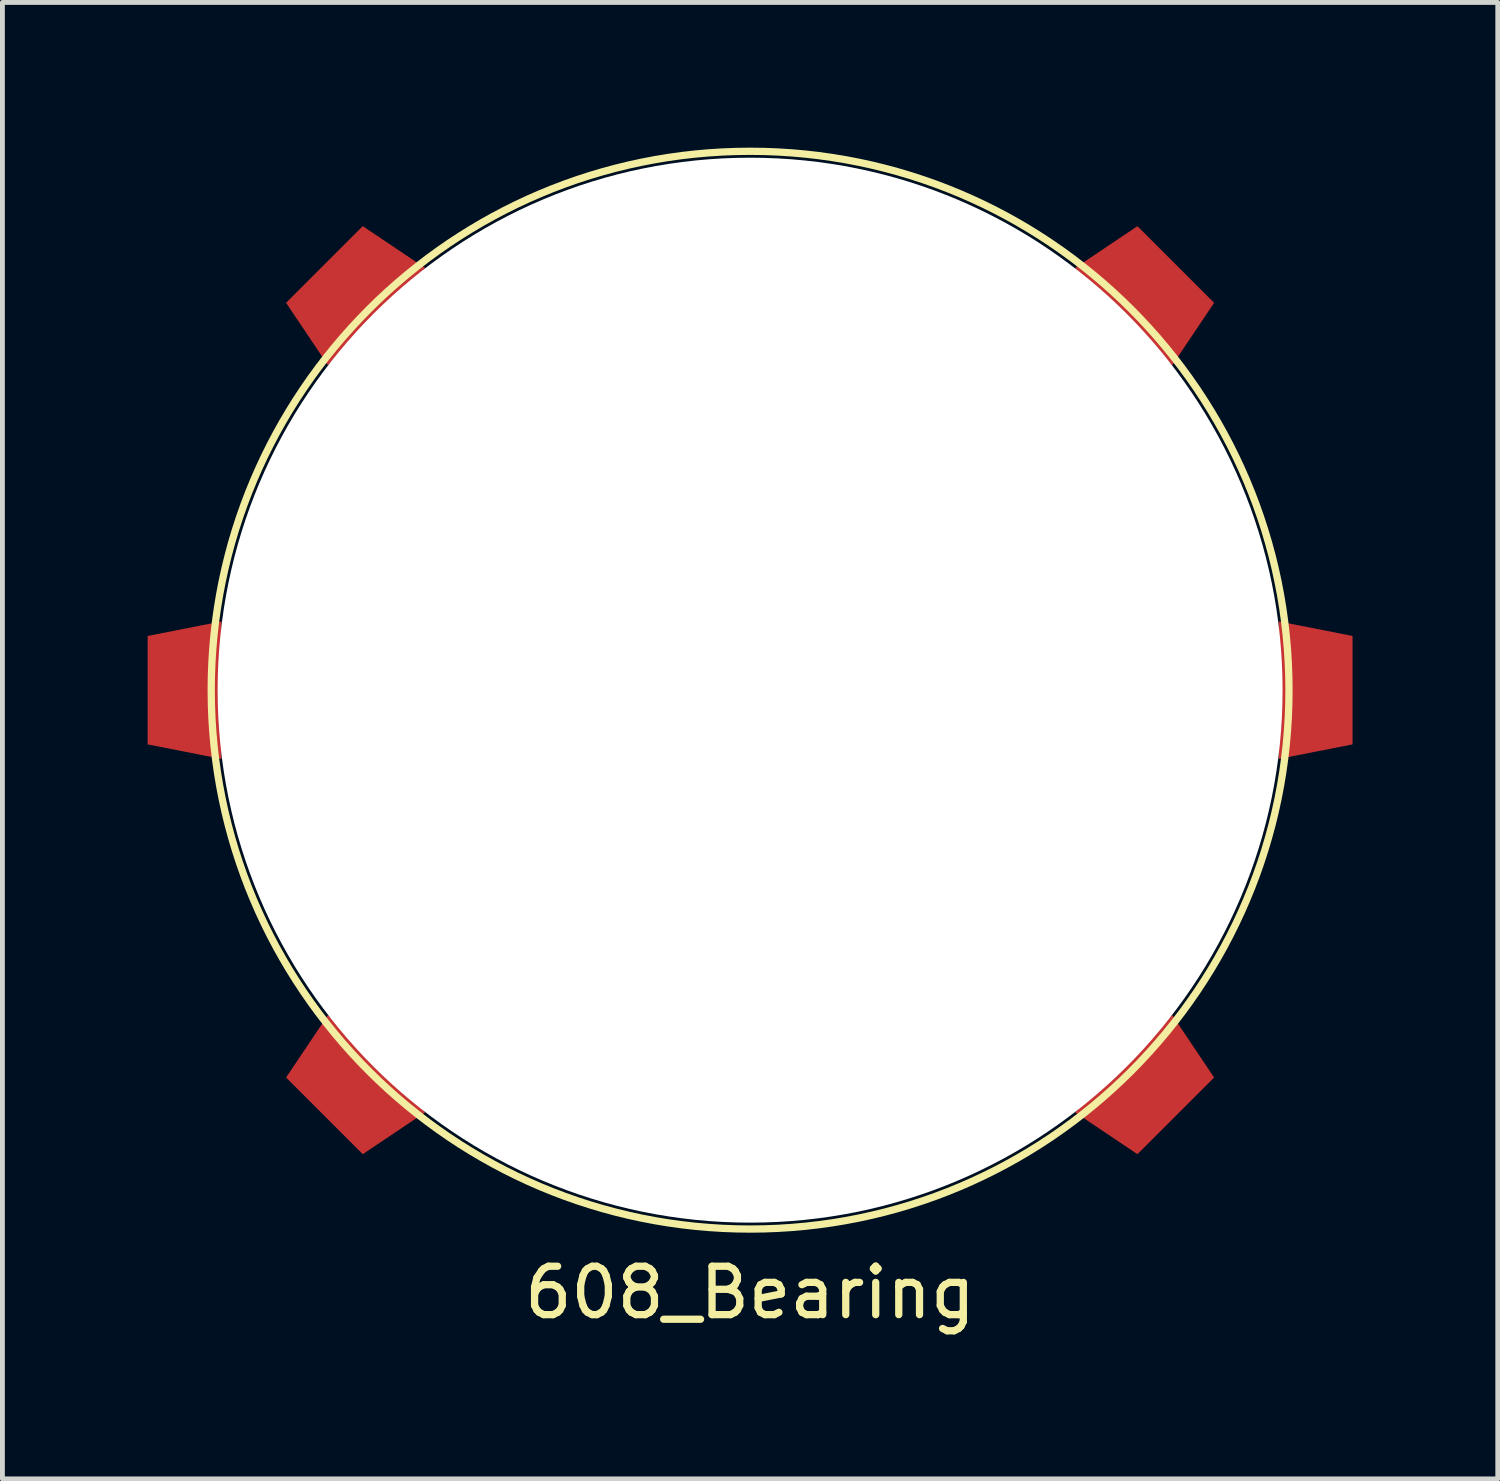
<source format=kicad_pcb>
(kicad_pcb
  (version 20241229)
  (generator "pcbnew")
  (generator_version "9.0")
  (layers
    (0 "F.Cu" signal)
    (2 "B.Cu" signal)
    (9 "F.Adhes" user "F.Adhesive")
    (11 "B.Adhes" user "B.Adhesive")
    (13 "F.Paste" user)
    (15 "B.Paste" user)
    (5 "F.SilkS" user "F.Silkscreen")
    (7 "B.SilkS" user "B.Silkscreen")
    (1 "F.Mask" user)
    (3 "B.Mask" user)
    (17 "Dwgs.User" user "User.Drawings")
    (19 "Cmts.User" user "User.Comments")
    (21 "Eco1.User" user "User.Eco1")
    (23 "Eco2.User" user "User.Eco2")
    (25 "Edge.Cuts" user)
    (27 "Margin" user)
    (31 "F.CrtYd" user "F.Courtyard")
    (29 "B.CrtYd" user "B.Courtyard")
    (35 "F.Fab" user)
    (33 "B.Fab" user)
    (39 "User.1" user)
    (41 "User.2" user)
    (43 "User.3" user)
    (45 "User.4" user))
  (footprint "608_Bearing"
    (layer "F.Cu")
    (at 12.446 11.208)
    (property "Reference" "608_Bearing" (at 0 12.446 0) (layer "F.SilkS") (effects (font (size 1 1) (thickness 0.15))))
    (attr through_hole)
    (fp_circle (center 0 0) (end 5.08 9.906) (stroke (width 0.15) (type solid)) (fill no) (layer "F.SilkS"))
    (pad "" np_thru_hole circle (at 0 0) (size 22 22) (drill 22) (layers "*.Cu" "*.Mask"))
    (pad "~" smd trapezoid (at -11.684 0 180) (size 1.524 2.54) (rect_delta 0.3 0) (layers "F.Cu" "F.Mask" "F.Paste"))
    (pad "~" smd trapezoid (at -8.255 -8.255 135) (size 1.524 2.54) (rect_delta 0.3 0) (layers "F.Cu" "F.Mask" "F.Paste"))
    (pad "~" smd trapezoid (at -8.255 8.255 225) (size 1.524 2.54) (rect_delta 0.3 0) (layers "F.Cu" "F.Mask" "F.Paste"))
    (pad "~" smd trapezoid (at 8.255 -8.255 45) (size 1.524 2.54) (rect_delta 0.3 0) (layers "F.Cu" "F.Mask" "F.Paste"))
    (pad "~" smd trapezoid (at 8.255 8.255 315) (size 1.524 2.54) (rect_delta 0.3 0) (layers "F.Cu" "F.Mask" "F.Paste"))
    (pad "~" smd trapezoid (at 11.684 0) (size 1.524 2.54) (rect_delta 0.3 0) (layers "F.Cu" "F.Mask" "F.Paste")))
  (gr_rect
    (start -3 -3)
    (end 27.892 27.502)
    (stroke (width 0.1) (type default))
    (fill no)
    (layer "Edge.Cuts")))
</source>
